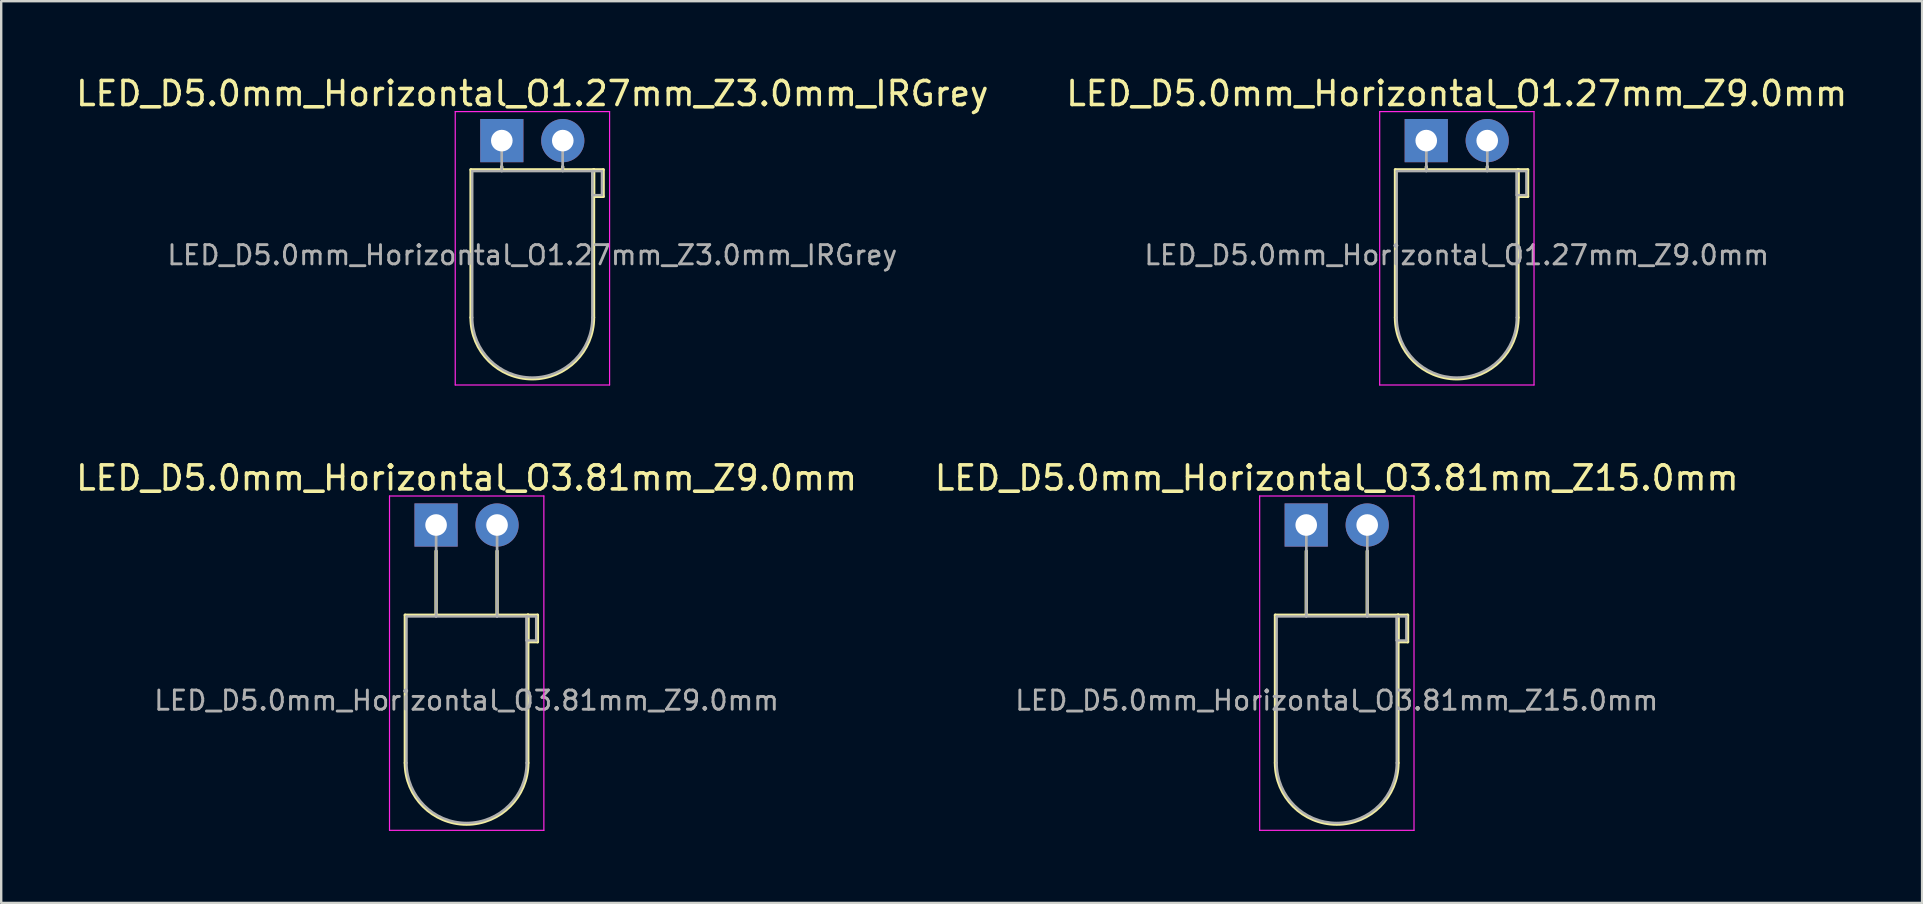
<source format=kicad_pcb>
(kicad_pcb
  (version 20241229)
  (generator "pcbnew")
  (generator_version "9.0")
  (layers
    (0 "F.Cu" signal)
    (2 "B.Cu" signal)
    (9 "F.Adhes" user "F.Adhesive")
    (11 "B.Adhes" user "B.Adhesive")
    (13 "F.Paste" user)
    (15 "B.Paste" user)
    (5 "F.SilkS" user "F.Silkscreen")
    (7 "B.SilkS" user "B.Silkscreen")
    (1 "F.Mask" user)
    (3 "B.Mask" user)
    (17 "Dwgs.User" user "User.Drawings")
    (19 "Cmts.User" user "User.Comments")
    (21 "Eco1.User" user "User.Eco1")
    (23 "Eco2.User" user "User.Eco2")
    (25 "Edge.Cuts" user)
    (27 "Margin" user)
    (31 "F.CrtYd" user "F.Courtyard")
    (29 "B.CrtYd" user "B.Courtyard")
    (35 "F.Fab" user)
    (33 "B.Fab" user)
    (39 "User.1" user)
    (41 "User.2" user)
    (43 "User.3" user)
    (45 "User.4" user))
  (footprint "LED_D5.0mm_Horizontal_O3.81mm_Z9.0mm"
    (layer "F.Cu")
    (at 15.117 18.822)
    (property "Reference" "LED_D5.0mm_Horizontal_O3.81mm_Z9.0mm" (at 1.27 -1.96 0) (layer "F.SilkS") (effects (font (size 1 1) (thickness 0.15))))
    (attr through_hole)
    (fp_line (start -1.29 3.75) (end -1.29 9.91) (stroke (width 0.12) (type solid)) (layer "F.SilkS"))
    (fp_line (start -1.29 3.75) (end 3.83 3.75) (stroke (width 0.12) (type solid)) (layer "F.SilkS"))
    (fp_line (start 0 1.08) (end 0 3.75) (stroke (width 0.12) (type solid)) (layer "F.SilkS"))
    (fp_line (start 0 3.75) (end 0 1.08) (stroke (width 0.12) (type solid)) (layer "F.SilkS"))
    (fp_line (start 2.54 1.08) (end 2.54 3.75) (stroke (width 0.12) (type solid)) (layer "F.SilkS"))
    (fp_line (start 2.54 3.75) (end 2.54 1.08) (stroke (width 0.12) (type solid)) (layer "F.SilkS"))
    (fp_line (start 3.83 3.75) (end 3.83 9.91) (stroke (width 0.12) (type solid)) (layer "F.SilkS"))
    (fp_line (start 3.83 3.75) (end 4.23 3.75) (stroke (width 0.12) (type solid)) (layer "F.SilkS"))
    (fp_line (start 3.83 4.87) (end 3.83 3.75) (stroke (width 0.12) (type solid)) (layer "F.SilkS"))
    (fp_line (start 4.23 3.75) (end 4.23 4.87) (stroke (width 0.12) (type solid)) (layer "F.SilkS"))
    (fp_line (start 4.23 4.87) (end 3.83 4.87) (stroke (width 0.12) (type solid)) (layer "F.SilkS"))
    (fp_arc (start 3.83 9.91) (mid 1.27 12.47) (end -1.29 9.91) (stroke (width 0.12) (type solid)) (layer "F.SilkS"))
    (fp_line (start -1.94 -1.21) (end -1.94 12.72) (stroke (width 0.05) (type solid)) (layer "F.CrtYd"))
    (fp_line (start -1.94 12.72) (end 4.49 12.72) (stroke (width 0.05) (type solid)) (layer "F.CrtYd"))
    (fp_line (start 4.49 -1.21) (end -1.94 -1.21) (stroke (width 0.05) (type solid)) (layer "F.CrtYd"))
    (fp_line (start 4.49 12.72) (end 4.49 -1.21) (stroke (width 0.05) (type solid)) (layer "F.CrtYd"))
    (fp_line (start -1.23 3.81) (end -1.23 9.91) (stroke (width 0.1) (type solid)) (layer "F.Fab"))
    (fp_line (start -1.23 3.81) (end 3.77 3.81) (stroke (width 0.1) (type solid)) (layer "F.Fab"))
    (fp_line (start 0 0) (end 0 3.81) (stroke (width 0.1) (type solid)) (layer "F.Fab"))
    (fp_line (start 0 3.81) (end 0 0) (stroke (width 0.1) (type solid)) (layer "F.Fab"))
    (fp_line (start 2.54 0) (end 2.54 3.81) (stroke (width 0.1) (type solid)) (layer "F.Fab"))
    (fp_line (start 2.54 3.81) (end 2.54 0) (stroke (width 0.1) (type solid)) (layer "F.Fab"))
    (fp_line (start 3.77 3.81) (end 3.77 9.91) (stroke (width 0.1) (type solid)) (layer "F.Fab"))
    (fp_line (start 3.77 3.81) (end 4.17 3.81) (stroke (width 0.1) (type solid)) (layer "F.Fab"))
    (fp_line (start 3.77 4.81) (end 3.77 3.81) (stroke (width 0.1) (type solid)) (layer "F.Fab"))
    (fp_line (start 4.17 3.81) (end 4.17 4.81) (stroke (width 0.1) (type solid)) (layer "F.Fab"))
    (fp_line (start 4.17 4.81) (end 3.77 4.81) (stroke (width 0.1) (type solid)) (layer "F.Fab"))
    (fp_arc (start 3.77 9.91) (mid 1.27 12.41) (end -1.23 9.91) (stroke (width 0.1) (type solid)) (layer "F.Fab"))
    (fp_text user "${REFERENCE}" (at 1.27 7.31 0) (layer "F.Fab") (effects (font (size 0.8 0.8) (thickness 0.12))))
    (pad "1" thru_hole rect (at 0 0) (size 1.8 1.8) (drill 0.9) (layers "*.Cu" "*.Mask"))
    (pad "2" thru_hole circle (at 2.54 0) (size 1.8 1.8) (drill 0.9) (layers "*.Cu" "*.Mask")))
  (footprint "LED_D5.0mm_Horizontal_O3.81mm_Z15.0mm"
    (layer "F.Cu")
    (at 51.367 18.822)
    (property "Reference" "LED_D5.0mm_Horizontal_O3.81mm_Z15.0mm" (at 1.27 -1.96 0) (layer "F.SilkS") (effects (font (size 1 1) (thickness 0.15))))
    (attr through_hole)
    (fp_line (start -1.29 3.75) (end -1.29 9.91) (stroke (width 0.12) (type solid)) (layer "F.SilkS"))
    (fp_line (start -1.29 3.75) (end 3.83 3.75) (stroke (width 0.12) (type solid)) (layer "F.SilkS"))
    (fp_line (start 0 1.08) (end 0 3.75) (stroke (width 0.12) (type solid)) (layer "F.SilkS"))
    (fp_line (start 0 3.75) (end 0 1.08) (stroke (width 0.12) (type solid)) (layer "F.SilkS"))
    (fp_line (start 2.54 1.08) (end 2.54 3.75) (stroke (width 0.12) (type solid)) (layer "F.SilkS"))
    (fp_line (start 2.54 3.75) (end 2.54 1.08) (stroke (width 0.12) (type solid)) (layer "F.SilkS"))
    (fp_line (start 3.83 3.75) (end 3.83 9.91) (stroke (width 0.12) (type solid)) (layer "F.SilkS"))
    (fp_line (start 3.83 3.75) (end 4.23 3.75) (stroke (width 0.12) (type solid)) (layer "F.SilkS"))
    (fp_line (start 3.83 4.87) (end 3.83 3.75) (stroke (width 0.12) (type solid)) (layer "F.SilkS"))
    (fp_line (start 4.23 3.75) (end 4.23 4.87) (stroke (width 0.12) (type solid)) (layer "F.SilkS"))
    (fp_line (start 4.23 4.87) (end 3.83 4.87) (stroke (width 0.12) (type solid)) (layer "F.SilkS"))
    (fp_arc (start 3.83 9.91) (mid 1.27 12.47) (end -1.29 9.91) (stroke (width 0.12) (type solid)) (layer "F.SilkS"))
    (fp_line (start -1.94 -1.21) (end -1.94 12.72) (stroke (width 0.05) (type solid)) (layer "F.CrtYd"))
    (fp_line (start -1.94 12.72) (end 4.49 12.72) (stroke (width 0.05) (type solid)) (layer "F.CrtYd"))
    (fp_line (start 4.49 -1.21) (end -1.94 -1.21) (stroke (width 0.05) (type solid)) (layer "F.CrtYd"))
    (fp_line (start 4.49 12.72) (end 4.49 -1.21) (stroke (width 0.05) (type solid)) (layer "F.CrtYd"))
    (fp_line (start -1.23 3.81) (end -1.23 9.91) (stroke (width 0.1) (type solid)) (layer "F.Fab"))
    (fp_line (start -1.23 3.81) (end 3.77 3.81) (stroke (width 0.1) (type solid)) (layer "F.Fab"))
    (fp_line (start 0 0) (end 0 3.81) (stroke (width 0.1) (type solid)) (layer "F.Fab"))
    (fp_line (start 0 3.81) (end 0 0) (stroke (width 0.1) (type solid)) (layer "F.Fab"))
    (fp_line (start 2.54 0) (end 2.54 3.81) (stroke (width 0.1) (type solid)) (layer "F.Fab"))
    (fp_line (start 2.54 3.81) (end 2.54 0) (stroke (width 0.1) (type solid)) (layer "F.Fab"))
    (fp_line (start 3.77 3.81) (end 3.77 9.91) (stroke (width 0.1) (type solid)) (layer "F.Fab"))
    (fp_line (start 3.77 3.81) (end 4.17 3.81) (stroke (width 0.1) (type solid)) (layer "F.Fab"))
    (fp_line (start 3.77 4.81) (end 3.77 3.81) (stroke (width 0.1) (type solid)) (layer "F.Fab"))
    (fp_line (start 4.17 3.81) (end 4.17 4.81) (stroke (width 0.1) (type solid)) (layer "F.Fab"))
    (fp_line (start 4.17 4.81) (end 3.77 4.81) (stroke (width 0.1) (type solid)) (layer "F.Fab"))
    (fp_arc (start 3.77 9.91) (mid 1.27 12.41) (end -1.23 9.91) (stroke (width 0.1) (type solid)) (layer "F.Fab"))
    (fp_text user "${REFERENCE}" (at 1.27 7.31 0) (layer "F.Fab") (effects (font (size 0.8 0.8) (thickness 0.12))))
    (pad "1" thru_hole rect (at 0 0) (size 1.8 1.8) (drill 0.9) (layers "*.Cu" "*.Mask"))
    (pad "2" thru_hole circle (at 2.54 0) (size 1.8 1.8) (drill 0.9) (layers "*.Cu" "*.Mask")))
  (footprint "LED_D5.0mm_Horizontal_O1.27mm_Z9.0mm"
    (layer "F.Cu")
    (at 56.367 2.808)
    (property "Reference" "LED_D5.0mm_Horizontal_O1.27mm_Z9.0mm" (at 1.27 -1.96 0) (layer "F.SilkS") (effects (font (size 1 1) (thickness 0.15))))
    (attr through_hole)
    (fp_line (start -1.29 1.21) (end -1.29 7.37) (stroke (width 0.12) (type solid)) (layer "F.SilkS"))
    (fp_line (start -1.29 1.21) (end 3.83 1.21) (stroke (width 0.12) (type solid)) (layer "F.SilkS"))
    (fp_line (start 0 1.08) (end 0 1.21) (stroke (width 0.12) (type solid)) (layer "F.SilkS"))
    (fp_line (start 0 1.21) (end 0 1.08) (stroke (width 0.12) (type solid)) (layer "F.SilkS"))
    (fp_line (start 2.54 1.08) (end 2.54 1.21) (stroke (width 0.12) (type solid)) (layer "F.SilkS"))
    (fp_line (start 2.54 1.21) (end 2.54 1.08) (stroke (width 0.12) (type solid)) (layer "F.SilkS"))
    (fp_line (start 3.83 1.21) (end 3.83 7.37) (stroke (width 0.12) (type solid)) (layer "F.SilkS"))
    (fp_line (start 3.83 1.21) (end 4.23 1.21) (stroke (width 0.12) (type solid)) (layer "F.SilkS"))
    (fp_line (start 3.83 2.33) (end 3.83 1.21) (stroke (width 0.12) (type solid)) (layer "F.SilkS"))
    (fp_line (start 4.23 1.21) (end 4.23 2.33) (stroke (width 0.12) (type solid)) (layer "F.SilkS"))
    (fp_line (start 4.23 2.33) (end 3.83 2.33) (stroke (width 0.12) (type solid)) (layer "F.SilkS"))
    (fp_arc (start 3.83 7.37) (mid 1.27 9.93) (end -1.29 7.37) (stroke (width 0.12) (type solid)) (layer "F.SilkS"))
    (fp_line (start -1.94 -1.21) (end -1.94 10.18) (stroke (width 0.05) (type solid)) (layer "F.CrtYd"))
    (fp_line (start -1.94 10.18) (end 4.49 10.18) (stroke (width 0.05) (type solid)) (layer "F.CrtYd"))
    (fp_line (start 4.49 -1.21) (end -1.94 -1.21) (stroke (width 0.05) (type solid)) (layer "F.CrtYd"))
    (fp_line (start 4.49 10.18) (end 4.49 -1.21) (stroke (width 0.05) (type solid)) (layer "F.CrtYd"))
    (fp_line (start -1.23 1.27) (end -1.23 7.37) (stroke (width 0.1) (type solid)) (layer "F.Fab"))
    (fp_line (start -1.23 1.27) (end 3.77 1.27) (stroke (width 0.1) (type solid)) (layer "F.Fab"))
    (fp_line (start 0 0) (end 0 1.27) (stroke (width 0.1) (type solid)) (layer "F.Fab"))
    (fp_line (start 0 1.27) (end 0 0) (stroke (width 0.1) (type solid)) (layer "F.Fab"))
    (fp_line (start 2.54 0) (end 2.54 1.27) (stroke (width 0.1) (type solid)) (layer "F.Fab"))
    (fp_line (start 2.54 1.27) (end 2.54 0) (stroke (width 0.1) (type solid)) (layer "F.Fab"))
    (fp_line (start 3.77 1.27) (end 3.77 7.37) (stroke (width 0.1) (type solid)) (layer "F.Fab"))
    (fp_line (start 3.77 1.27) (end 4.17 1.27) (stroke (width 0.1) (type solid)) (layer "F.Fab"))
    (fp_line (start 3.77 2.27) (end 3.77 1.27) (stroke (width 0.1) (type solid)) (layer "F.Fab"))
    (fp_line (start 4.17 1.27) (end 4.17 2.27) (stroke (width 0.1) (type solid)) (layer "F.Fab"))
    (fp_line (start 4.17 2.27) (end 3.77 2.27) (stroke (width 0.1) (type solid)) (layer "F.Fab"))
    (fp_arc (start 3.77 7.37) (mid 1.27 9.87) (end -1.23 7.37) (stroke (width 0.1) (type solid)) (layer "F.Fab"))
    (fp_text user "${REFERENCE}" (at 1.27 4.77 0) (layer "F.Fab") (effects (font (size 0.8 0.8) (thickness 0.12))))
    (pad "1" thru_hole rect (at 0 0) (size 1.8 1.8) (drill 0.9) (layers "*.Cu" "*.Mask"))
    (pad "2" thru_hole circle (at 2.54 0) (size 1.8 1.8) (drill 0.9) (layers "*.Cu" "*.Mask")))
  (footprint "LED_D5.0mm_Horizontal_O1.27mm_Z3.0mm_IRGrey"
    (layer "F.Cu")
    (at 17.855 2.808)
    (property "Reference" "LED_D5.0mm_Horizontal_O1.27mm_Z3.0mm_IRGrey" (at 1.27 -1.96 0) (layer "F.SilkS") (effects (font (size 1 1) (thickness 0.15))))
    (attr through_hole)
    (fp_line (start -1.29 1.21) (end -1.29 7.37) (stroke (width 0.12) (type solid)) (layer "F.SilkS"))
    (fp_line (start -1.29 1.21) (end 3.83 1.21) (stroke (width 0.12) (type solid)) (layer "F.SilkS"))
    (fp_line (start 0 1.08) (end 0 1.21) (stroke (width 0.12) (type solid)) (layer "F.SilkS"))
    (fp_line (start 0 1.21) (end 0 1.08) (stroke (width 0.12) (type solid)) (layer "F.SilkS"))
    (fp_line (start 2.54 1.08) (end 2.54 1.21) (stroke (width 0.12) (type solid)) (layer "F.SilkS"))
    (fp_line (start 2.54 1.21) (end 2.54 1.08) (stroke (width 0.12) (type solid)) (layer "F.SilkS"))
    (fp_line (start 3.83 1.21) (end 3.83 7.37) (stroke (width 0.12) (type solid)) (layer "F.SilkS"))
    (fp_line (start 3.83 1.21) (end 4.23 1.21) (stroke (width 0.12) (type solid)) (layer "F.SilkS"))
    (fp_line (start 3.83 2.33) (end 3.83 1.21) (stroke (width 0.12) (type solid)) (layer "F.SilkS"))
    (fp_line (start 4.23 1.21) (end 4.23 2.33) (stroke (width 0.12) (type solid)) (layer "F.SilkS"))
    (fp_line (start 4.23 2.33) (end 3.83 2.33) (stroke (width 0.12) (type solid)) (layer "F.SilkS"))
    (fp_arc (start 3.83 7.37) (mid 1.27 9.93) (end -1.29 7.37) (stroke (width 0.12) (type solid)) (layer "F.SilkS"))
    (fp_line (start -1.94 -1.21) (end -1.94 10.18) (stroke (width 0.05) (type solid)) (layer "F.CrtYd"))
    (fp_line (start -1.94 10.18) (end 4.49 10.18) (stroke (width 0.05) (type solid)) (layer "F.CrtYd"))
    (fp_line (start 4.49 -1.21) (end -1.94 -1.21) (stroke (width 0.05) (type solid)) (layer "F.CrtYd"))
    (fp_line (start 4.49 10.18) (end 4.49 -1.21) (stroke (width 0.05) (type solid)) (layer "F.CrtYd"))
    (fp_line (start -1.23 1.27) (end -1.23 7.37) (stroke (width 0.1) (type solid)) (layer "F.Fab"))
    (fp_line (start -1.23 1.27) (end 3.77 1.27) (stroke (width 0.1) (type solid)) (layer "F.Fab"))
    (fp_line (start 0 0) (end 0 1.27) (stroke (width 0.1) (type solid)) (layer "F.Fab"))
    (fp_line (start 0 1.27) (end 0 0) (stroke (width 0.1) (type solid)) (layer "F.Fab"))
    (fp_line (start 2.54 0) (end 2.54 1.27) (stroke (width 0.1) (type solid)) (layer "F.Fab"))
    (fp_line (start 2.54 1.27) (end 2.54 0) (stroke (width 0.1) (type solid)) (layer "F.Fab"))
    (fp_line (start 3.77 1.27) (end 3.77 7.37) (stroke (width 0.1) (type solid)) (layer "F.Fab"))
    (fp_line (start 3.77 1.27) (end 4.17 1.27) (stroke (width 0.1) (type solid)) (layer "F.Fab"))
    (fp_line (start 3.77 2.27) (end 3.77 1.27) (stroke (width 0.1) (type solid)) (layer "F.Fab"))
    (fp_line (start 4.17 1.27) (end 4.17 2.27) (stroke (width 0.1) (type solid)) (layer "F.Fab"))
    (fp_line (start 4.17 2.27) (end 3.77 2.27) (stroke (width 0.1) (type solid)) (layer "F.Fab"))
    (fp_arc (start 3.77 7.37) (mid 1.27 9.87) (end -1.23 7.37) (stroke (width 0.1) (type solid)) (layer "F.Fab"))
    (fp_text user "${REFERENCE}" (at 1.27 4.77 0) (layer "F.Fab") (effects (font (size 0.8 0.8) (thickness 0.12))))
    (pad "1" thru_hole rect (at 0 0) (size 1.8 1.8) (drill 0.9) (layers "*.Cu" "*.Mask"))
    (pad "2" thru_hole circle (at 2.54 0) (size 1.8 1.8) (drill 0.9) (layers "*.Cu" "*.Mask")))
  (gr_rect
    (start -3 -3)
    (end 77.024 34.566)
    (stroke (width 0.1) (type default))
    (fill no)
    (layer "Edge.Cuts")))
</source>
